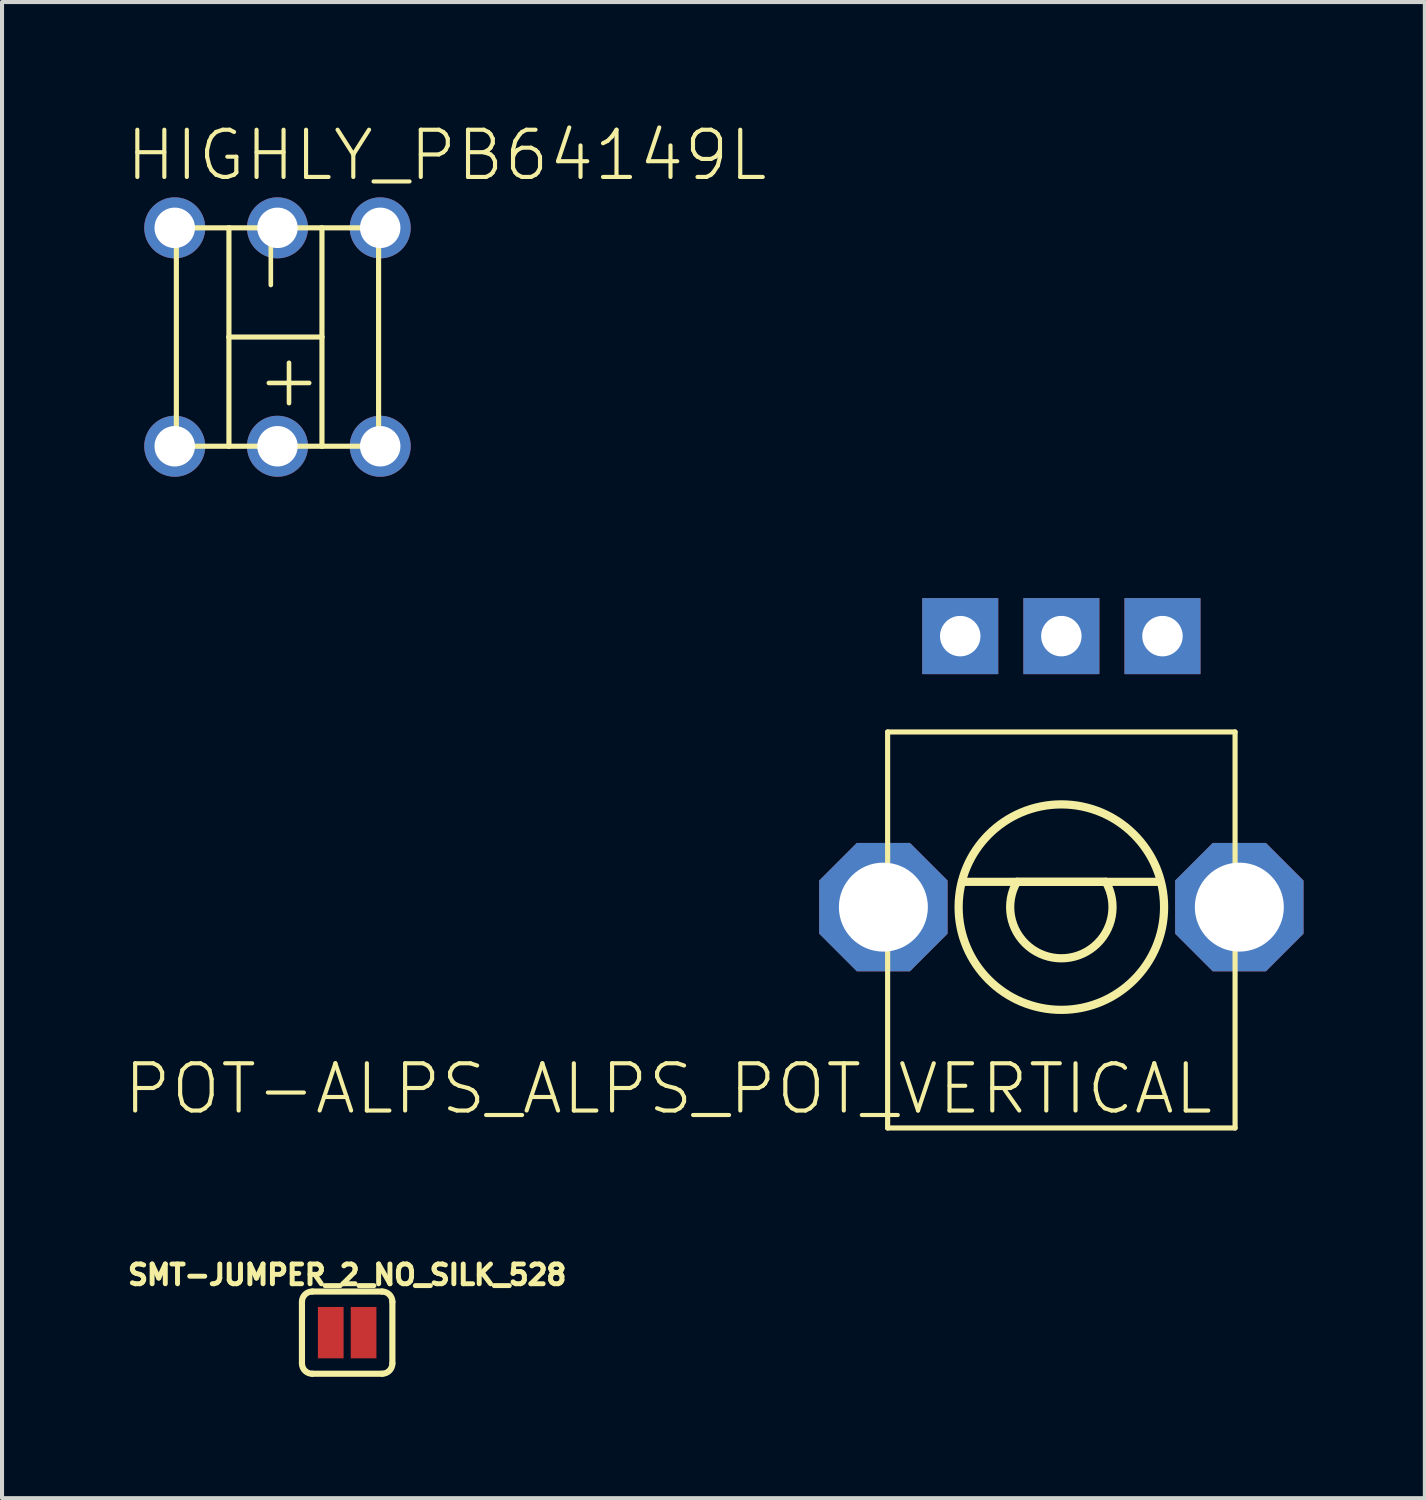
<source format=kicad_pcb>
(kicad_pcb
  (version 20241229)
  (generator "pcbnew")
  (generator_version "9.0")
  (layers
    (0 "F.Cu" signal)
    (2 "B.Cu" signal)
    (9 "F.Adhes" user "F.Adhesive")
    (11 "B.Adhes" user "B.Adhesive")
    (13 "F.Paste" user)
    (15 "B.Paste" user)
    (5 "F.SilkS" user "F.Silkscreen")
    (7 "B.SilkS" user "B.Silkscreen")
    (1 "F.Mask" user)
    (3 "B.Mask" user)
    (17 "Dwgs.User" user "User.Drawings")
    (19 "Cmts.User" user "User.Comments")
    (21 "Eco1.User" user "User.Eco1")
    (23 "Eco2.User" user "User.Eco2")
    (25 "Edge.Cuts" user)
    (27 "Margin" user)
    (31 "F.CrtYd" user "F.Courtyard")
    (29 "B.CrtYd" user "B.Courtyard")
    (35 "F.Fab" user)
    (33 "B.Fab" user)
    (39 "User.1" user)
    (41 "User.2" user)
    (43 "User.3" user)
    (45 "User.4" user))
  (footprint "HIGHLY_PB64149L"
    (layer "F.Cu")
    (at 3.81 5.283)
    (property "Reference" "HIGHLY_PB64149L" (at -3.81 -3.81 0) (unlocked yes) (layer "F.SilkS") (effects (font (size 1.168 1.168) (thickness 0.102)) (justify left bottom)))
    (fp_line (start -2.54 -2.7) (end -2.5 -2.7) (stroke (width 0.127) (type solid)) (layer "F.SilkS"))
    (fp_line (start -2.54 2.7) (end -2.5 2.7) (stroke (width 0.127) (type solid)) (layer "F.SilkS"))
    (fp_line (start -2.5 -2.7) (end -1.2 -2.7) (stroke (width 0.127) (type solid)) (layer "F.SilkS"))
    (fp_line (start -2.5 2.7) (end -2.5 -2.7) (stroke (width 0.127) (type solid)) (layer "F.SilkS"))
    (fp_line (start -2.5 2.7) (end -1.2 2.7) (stroke (width 0.127) (type solid)) (layer "F.SilkS"))
    (fp_line (start -1.2 -2.7) (end -1.2 0) (stroke (width 0.127) (type solid)) (layer "F.SilkS"))
    (fp_line (start -1.2 -2.7) (end 1.1 -2.7) (stroke (width 0.127) (type solid)) (layer "F.SilkS"))
    (fp_line (start -1.2 0) (end 1.1 0) (stroke (width 0.127) (type solid)) (layer "F.SilkS"))
    (fp_line (start -1.2 2.7) (end -1.2 0) (stroke (width 0.127) (type solid)) (layer "F.SilkS"))
    (fp_line (start 1.1 -2.7) (end 2.5 -2.7) (stroke (width 0.127) (type solid)) (layer "F.SilkS"))
    (fp_line (start 1.1 0) (end 1.1 -2.7) (stroke (width 0.127) (type solid)) (layer "F.SilkS"))
    (fp_line (start 1.1 0) (end 1.1 2.7) (stroke (width 0.127) (type solid)) (layer "F.SilkS"))
    (fp_line (start 1.1 2.7) (end -1.2 2.7) (stroke (width 0.127) (type solid)) (layer "F.SilkS"))
    (fp_line (start 1.1 2.7) (end 2.54 2.7) (stroke (width 0.127) (type solid)) (layer "F.SilkS"))
    (fp_line (start 2.5 -2.7) (end 2.5 2.7) (stroke (width 0.127) (type solid)) (layer "F.SilkS"))
    (fp_line (start 2.5 -2.7) (end 2.54 -2.7) (stroke (width 0.127) (type solid)) (layer "F.SilkS"))
    (fp_line (start 2.5 2.7) (end 2.6 2.7) (stroke (width 0.127) (type solid)) (layer "F.SilkS"))
    (fp_text user "-" (at 0.5 -0.9 90) (unlocked yes) (layer "F.SilkS") (effects (font (size 1.309 1.309) (thickness 0.114)) (justify left bottom)))
    (fp_text user "+" (at -0.6 1.8 0) (unlocked yes) (layer "F.SilkS") (effects (font (size 1.309 1.309) (thickness 0.114)) (justify left bottom)))
    (pad "L1" thru_hole circle (at 0 2.7) (size 1.508 1.508) (drill 1) (layers "*.Cu" "*.Mask"))
    (pad "L2" thru_hole circle (at 0 -2.7) (size 1.508 1.508) (drill 1) (layers "*.Cu" "*.Mask"))
    (pad "P$1" thru_hole circle (at -2.54 2.7) (size 1.508 1.508) (drill 1) (layers "*.Cu" "*.Mask"))
    (pad "P$2" thru_hole circle (at -2.54 -2.7) (size 1.508 1.508) (drill 1) (layers "*.Cu" "*.Mask"))
    (pad "P$3" thru_hole circle (at 2.54 2.7) (size 1.508 1.508) (drill 1) (layers "*.Cu" "*.Mask"))
    (pad "P$4" thru_hole circle (at 2.54 -2.7) (size 1.508 1.508) (drill 1) (layers "*.Cu" "*.Mask")))
  (footprint "SMT-JUMPER_2_NO_SILK_528"
    (layer "F.Cu")
    (at 5.533 29.897)
    (property "Reference" "SMT-JUMPER_2_NO_SILK_528" (at 0 -1.143 0) (unlocked yes) (layer "F.SilkS") (effects (font (size 0.488 0.488) (thickness 0.122)) (justify bottom)))
    (fp_line (start -1.118 0.762) (end -1.118 -0.762) (stroke (width 0.152) (type solid)) (layer "F.SilkS"))
    (fp_line (start -0.864 -1.016) (end 0.864 -1.016) (stroke (width 0.152) (type solid)) (layer "F.SilkS"))
    (fp_line (start 0.864 1.016) (end -0.864 1.016) (stroke (width 0.152) (type solid)) (layer "F.SilkS"))
    (fp_line (start 1.118 0.762) (end 1.118 -0.762) (stroke (width 0.152) (type solid)) (layer "F.SilkS"))
    (fp_arc (start -1.1176 -0.762) (mid -1.043205 -0.941605) (end -0.8636 -1.016) (stroke (width 0.1524) (type solid)) (layer "F.SilkS"))
    (fp_arc (start -0.8636 1.016) (mid -1.043205 0.941605) (end -1.1176 0.762) (stroke (width 0.1524) (type solid)) (layer "F.SilkS"))
    (fp_arc (start 0.8636 -1.016) (mid 1.043205 -0.941605) (end 1.1176 -0.762) (stroke (width 0.1524) (type solid)) (layer "F.SilkS"))
    (fp_arc (start 1.1176 0.762) (mid 1.043205 0.941605) (end 0.8636 1.016) (stroke (width 0.1524) (type solid)) (layer "F.SilkS"))
    (pad "1" smd rect (at -0.406 0) (size 0.635 1.27) (layers "F.Cu" "F.Mask"))
    (pad "2" smd rect (at 0.406 0) (size 0.635 1.27) (layers "F.Cu" "F.Mask")))
  (footprint "POT-ALPS_ALPS_POT_VERTICAL"
    (layer "F.Cu")
    (at 23.19 19.377)
    (property "Reference" "POT-ALPS_ALPS_POT_VERTICAL" (at 3.81 3.81 0) (unlocked yes) (layer "F.SilkS") (effects (font (size 1.168 1.168) (thickness 0.102)) (justify right top)))
    (fp_line (start -4.295 -4.33) (end 4.295 -4.33) (stroke (width 0.127) (type solid)) (layer "F.SilkS"))
    (fp_line (start -4.295 5.46) (end -4.295 -4.33) (stroke (width 0.127) (type solid)) (layer "F.SilkS"))
    (fp_line (start -2.45 -0.625) (end 2.425 -0.625) (stroke (width 0.203) (type solid)) (layer "F.SilkS"))
    (fp_line (start -1.1 -0.625) (end 1.1 -0.625) (stroke (width 0.203) (type solid)) (layer "F.SilkS"))
    (fp_line (start 4.295 -4.33) (end 4.295 5.46) (stroke (width 0.127) (type solid)) (layer "F.SilkS"))
    (fp_line (start 4.295 5.46) (end -4.295 5.46) (stroke (width 0.127) (type solid)) (layer "F.SilkS"))
    (fp_arc (start 1.1 -0.625) (mid 0 1.265158) (end -1.1 -0.625) (stroke (width 0.2032) (type solid)) (layer "F.SilkS"))
    (fp_circle (center 0 0) (end 2.54 0) (stroke (width 0.203) (type solid)) (fill no) (layer "F.SilkS"))
    (pad "P$1" thru_hole rect (at -2.5 -6.7 270) (size 1.88 1.88) (drill 1) (layers "*.Cu" "*.Mask"))
    (pad "P$2" thru_hole rect (at 0 -6.7 270) (size 1.88 1.88) (drill 1) (layers "*.Cu" "*.Mask"))
    (pad "P$3" thru_hole rect (at 2.5 -6.7 270) (size 1.88 1.88) (drill 1) (layers "*.Cu" "*.Mask"))
    (pad "P$4" thru_hole roundrect (at -4.4 0 270) (size 3.175 3.175) (drill 2.2) (layers "*.Cu" "*.Mask") (roundrect_rratio 0.25) (chamfer_ratio 0.293) (chamfer top_left top_right bottom_left bottom_right))
    (pad "P$5" thru_hole roundrect (at 4.4 0 270) (size 3.175 3.175) (drill 2.2) (layers "*.Cu" "*.Mask") (roundrect_rratio 0.25) (chamfer_ratio 0.293) (chamfer top_left top_right bottom_left bottom_right)))
  (gr_rect
    (start -3 -3)
    (end 32.177 33.989)
    (stroke (width 0.1) (type default))
    (fill no)
    (layer "Edge.Cuts")))
</source>
